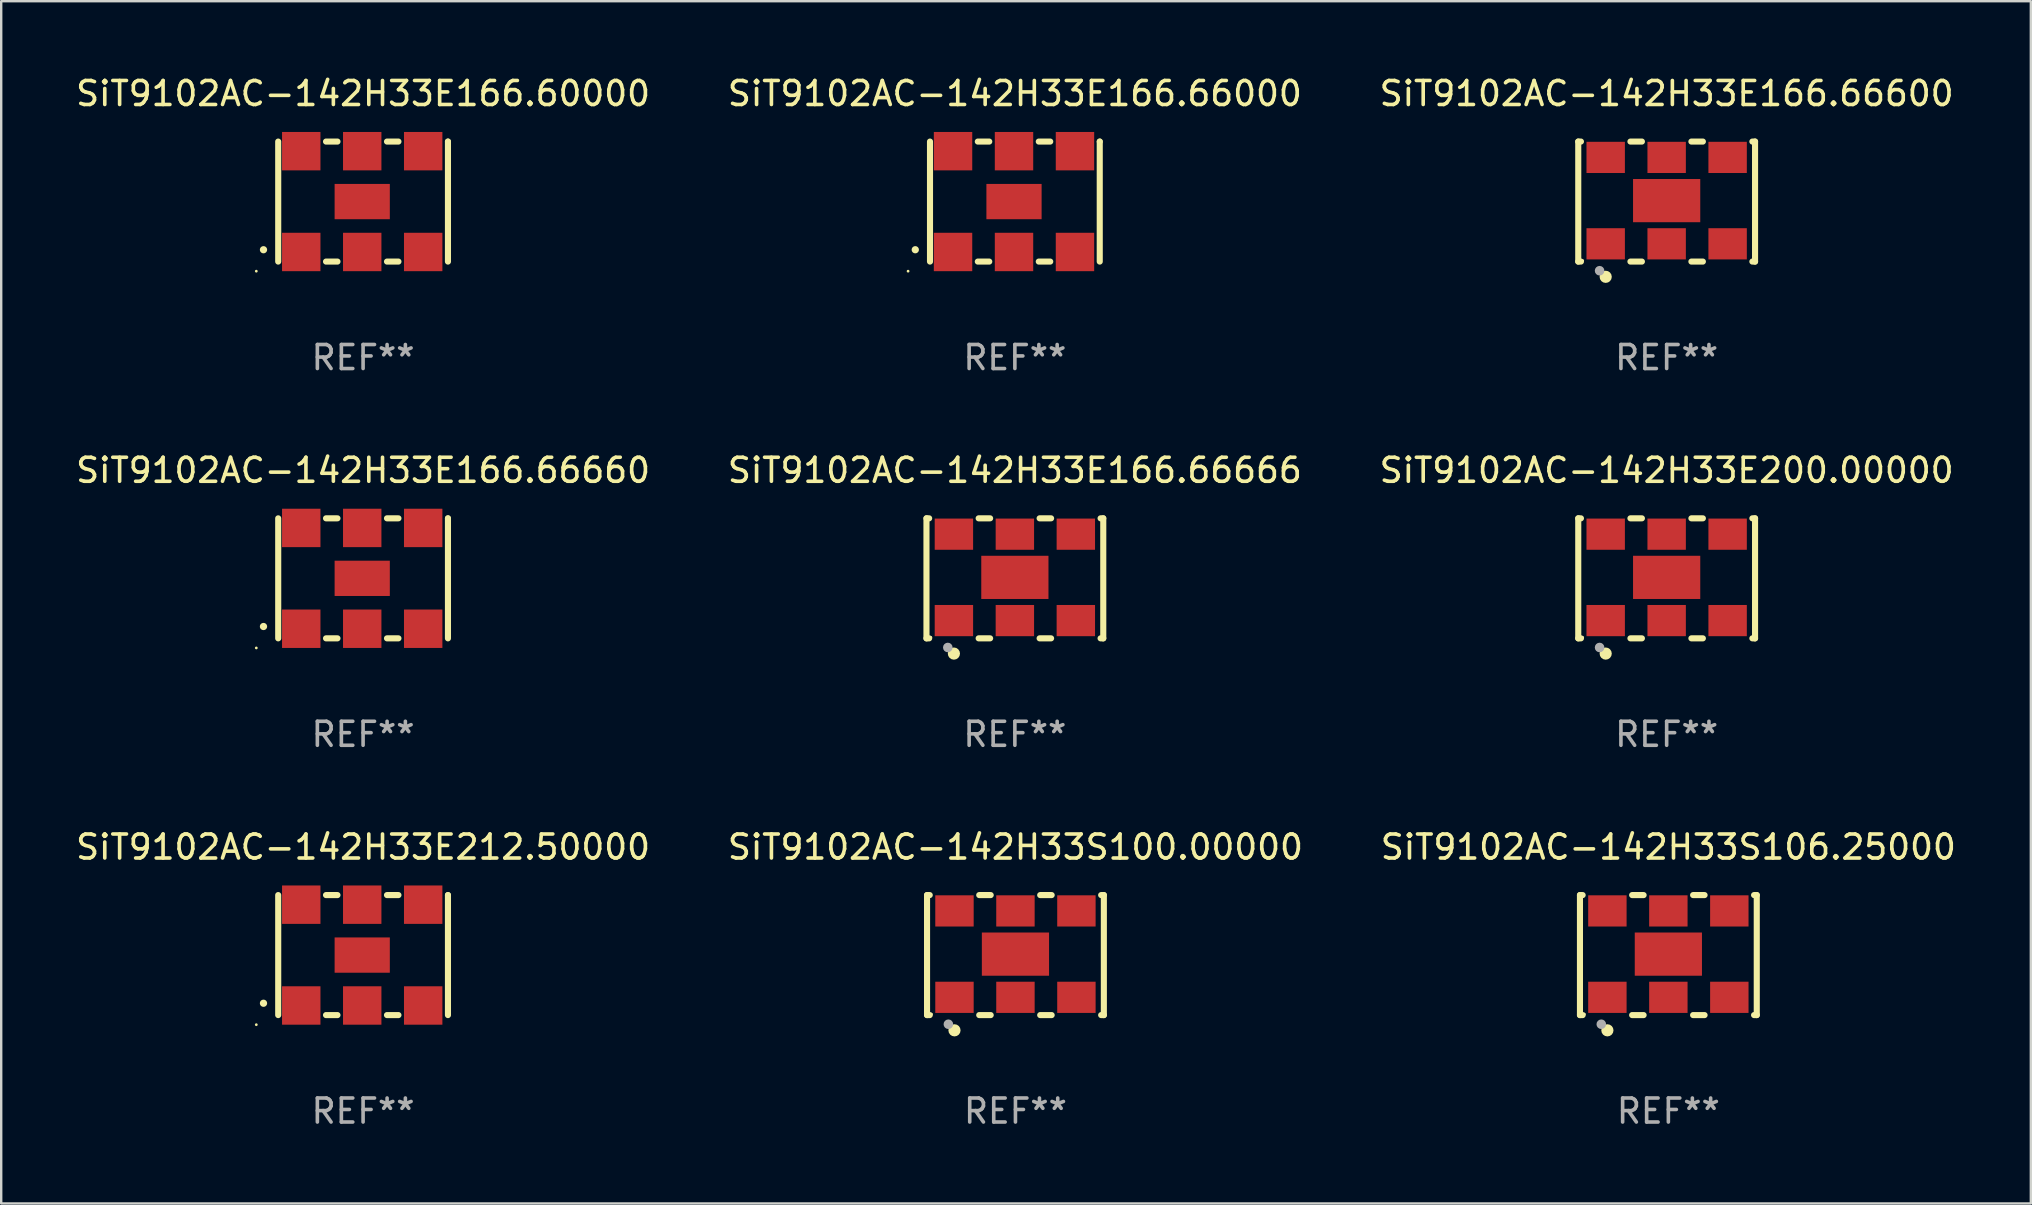
<source format=kicad_pcb>
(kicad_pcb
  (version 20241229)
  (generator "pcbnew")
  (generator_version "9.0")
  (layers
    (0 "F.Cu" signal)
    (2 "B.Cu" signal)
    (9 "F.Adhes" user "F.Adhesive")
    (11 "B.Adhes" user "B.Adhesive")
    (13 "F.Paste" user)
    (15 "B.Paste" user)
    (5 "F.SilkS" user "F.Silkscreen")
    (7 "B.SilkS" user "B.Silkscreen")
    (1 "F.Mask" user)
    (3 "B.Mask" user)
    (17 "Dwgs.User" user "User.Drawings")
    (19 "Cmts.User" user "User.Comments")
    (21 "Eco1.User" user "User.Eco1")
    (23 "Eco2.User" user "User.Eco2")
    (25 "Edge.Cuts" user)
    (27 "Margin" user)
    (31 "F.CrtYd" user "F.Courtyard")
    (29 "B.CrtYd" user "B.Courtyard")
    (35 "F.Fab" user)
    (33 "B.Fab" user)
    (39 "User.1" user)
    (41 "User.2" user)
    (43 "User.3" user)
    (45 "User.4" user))
  (footprint "SiT9102AC-142H33E166.66666"
    (layer "F.Cu")
    (at 39.232 21.045)
    (property "Reference" "SiT9102AC-142H33E166.66666" (at 0 -4.5 0) (layer "F.SilkS") (effects (font (size 1 1) (thickness 0.15))))
    (attr through_hole)
    (fp_line (start -3.683 -2.5) (end -3.571 -2.5) (stroke (width 0.254) (type solid)) (layer "F.SilkS"))
    (fp_line (start -3.683 2.5) (end -3.683 -2.5) (stroke (width 0.254) (type solid)) (layer "F.SilkS"))
    (fp_line (start -3.683 2.5) (end -3.571 2.5) (stroke (width 0.254) (type solid)) (layer "F.SilkS"))
    (fp_line (start -1.509 -2.5) (end -1.031 -2.5) (stroke (width 0.254) (type solid)) (layer "F.SilkS"))
    (fp_line (start -1.509 2.5) (end -1.031 2.5) (stroke (width 0.254) (type solid)) (layer "F.SilkS"))
    (fp_line (start 1.031 -2.5) (end 1.509 -2.5) (stroke (width 0.254) (type solid)) (layer "F.SilkS"))
    (fp_line (start 1.031 2.5) (end 1.509 2.5) (stroke (width 0.254) (type solid)) (layer "F.SilkS"))
    (fp_line (start 3.571 -2.5) (end 3.683 -2.5) (stroke (width 0.254) (type solid)) (layer "F.SilkS"))
    (fp_line (start 3.571 2.5) (end 3.683 2.5) (stroke (width 0.254) (type solid)) (layer "F.SilkS"))
    (fp_line (start 3.683 2.5) (end 3.683 -2.5) (stroke (width 0.254) (type solid)) (layer "F.SilkS"))
    (fp_circle (center -3.5 2.46) (end -3.47 2.46) (stroke (width 0.06) (type solid)) (fill no) (layer "F.SilkS"))
    (fp_circle (center -2.54 3.135) (end -2.413 3.135) (stroke (width 0.254) (type solid)) (fill no) (layer "F.SilkS"))
    (fp_circle (center -2.794 2.881) (end -2.694 2.881) (stroke (width 0.2) (type solid)) (fill no) (layer "F.Fab"))
    (fp_text user "REF**" (at 0 6.5 0) (layer "F.Fab") (effects (font (size 1 1) (thickness 0.15))))
    (pad "1" smd rect (at -2.54 1.76) (size 1.6 1.3) (layers "F.Cu" "F.Mask" "F.Paste"))
    (pad "2" smd rect (at 0 1.76) (size 1.6 1.3) (layers "F.Cu" "F.Mask" "F.Paste"))
    (pad "3" smd rect (at 2.54 1.76) (size 1.6 1.3) (layers "F.Cu" "F.Mask" "F.Paste"))
    (pad "4" smd rect (at 2.54 -1.84) (size 1.6 1.3) (layers "F.Cu" "F.Mask" "F.Paste"))
    (pad "5" smd rect (at 0 -1.84) (size 1.6 1.3) (layers "F.Cu" "F.Mask" "F.Paste"))
    (pad "6" smd rect (at -2.54 -1.84) (size 1.6 1.3) (layers "F.Cu" "F.Mask" "F.Paste"))
    (pad "7" smd rect (at 0 -0.04) (size 2.8 1.8) (layers "F.Cu" "F.Mask" "F.Paste")))
  (footprint "SiT9102AC-142H33E212.50000"
    (layer "F.Cu")
    (at 12.077 36.741)
    (property "Reference" "SiT9102AC-142H33E212.50000" (at 0 -4.5 0) (layer "F.SilkS") (effects (font (size 1 1) (thickness 0.15))))
    (attr through_hole)
    (fp_line (start -3.536 -2.5) (end -3.536 2.5) (stroke (width 0.254) (type solid)) (layer "F.SilkS"))
    (fp_line (start -1.544 2.5) (end -1.067 2.5) (stroke (width 0.254) (type solid)) (layer "F.SilkS"))
    (fp_line (start -1.067 -2.5) (end -1.544 -2.5) (stroke (width 0.254) (type solid)) (layer "F.SilkS"))
    (fp_line (start 0.996 2.5) (end 1.473 2.5) (stroke (width 0.254) (type solid)) (layer "F.SilkS"))
    (fp_line (start 1.473 -2.5) (end 0.996 -2.5) (stroke (width 0.254) (type solid)) (layer "F.SilkS"))
    (fp_line (start 3.536 -2.5) (end 3.536 -2.5) (stroke (width 0.254) (type solid)) (layer "F.SilkS"))
    (fp_line (start 3.536 2.5) (end 3.536 -2.5) (stroke (width 0.254) (type solid)) (layer "F.SilkS"))
    (fp_arc (start -4.150432 2.006604) (mid -4.149162 2.006599) (end -4.147892 2.006604) (stroke (width 0.3) (type solid)) (layer "F.SilkS"))
    (fp_circle (center -4.449 2.9) (end -4.419 2.9) (stroke (width 0.06) (type solid)) (fill no) (layer "F.SilkS"))
    (fp_text user "REF**" (at 0 6.5 0) (layer "F.Fab") (effects (font (size 1 1) (thickness 0.15))))
    (pad "1" smd rect (at -2.576 2.1) (size 1.6 1.6) (layers "F.Cu" "F.Mask" "F.Paste"))
    (pad "2" smd rect (at -0.036 2.1) (size 1.6 1.6) (layers "F.Cu" "F.Mask" "F.Paste"))
    (pad "3" smd rect (at 2.504 2.1) (size 1.6 1.6) (layers "F.Cu" "F.Mask" "F.Paste"))
    (pad "4" smd rect (at 2.504 -2.1) (size 1.6 1.6) (layers "F.Cu" "F.Mask" "F.Paste"))
    (pad "5" smd rect (at -0.036 -2.1) (size 1.6 1.6) (layers "F.Cu" "F.Mask" "F.Paste"))
    (pad "6" smd rect (at -2.576 -2.1) (size 1.6 1.6) (layers "F.Cu" "F.Mask" "F.Paste"))
    (pad "7" smd rect (at -0.036 0) (size 2.3 1.47) (layers "F.Cu" "F.Mask" "F.Paste")))
  (footprint "SiT9102AC-142H33S106.25000"
    (layer "F.Cu")
    (at 66.458 36.741)
    (property "Reference" "SiT9102AC-142H33S106.25000" (at 0 -4.5 0) (layer "F.SilkS") (effects (font (size 1 1) (thickness 0.15))))
    (attr through_hole)
    (fp_line (start -3.683 -2.5) (end -3.571 -2.5) (stroke (width 0.254) (type solid)) (layer "F.SilkS"))
    (fp_line (start -3.683 2.5) (end -3.683 -2.5) (stroke (width 0.254) (type solid)) (layer "F.SilkS"))
    (fp_line (start -3.683 2.5) (end -3.571 2.5) (stroke (width 0.254) (type solid)) (layer "F.SilkS"))
    (fp_line (start -1.509 -2.5) (end -1.031 -2.5) (stroke (width 0.254) (type solid)) (layer "F.SilkS"))
    (fp_line (start -1.509 2.5) (end -1.031 2.5) (stroke (width 0.254) (type solid)) (layer "F.SilkS"))
    (fp_line (start 1.031 -2.5) (end 1.509 -2.5) (stroke (width 0.254) (type solid)) (layer "F.SilkS"))
    (fp_line (start 1.031 2.5) (end 1.509 2.5) (stroke (width 0.254) (type solid)) (layer "F.SilkS"))
    (fp_line (start 3.571 -2.5) (end 3.683 -2.5) (stroke (width 0.254) (type solid)) (layer "F.SilkS"))
    (fp_line (start 3.571 2.5) (end 3.683 2.5) (stroke (width 0.254) (type solid)) (layer "F.SilkS"))
    (fp_line (start 3.683 2.5) (end 3.683 -2.5) (stroke (width 0.254) (type solid)) (layer "F.SilkS"))
    (fp_circle (center -3.5 2.46) (end -3.47 2.46) (stroke (width 0.06) (type solid)) (fill no) (layer "F.SilkS"))
    (fp_circle (center -2.54 3.135) (end -2.413 3.135) (stroke (width 0.254) (type solid)) (fill no) (layer "F.SilkS"))
    (fp_circle (center -2.794 2.881) (end -2.694 2.881) (stroke (width 0.2) (type solid)) (fill no) (layer "F.Fab"))
    (fp_text user "REF**" (at 0 6.5 0) (layer "F.Fab") (effects (font (size 1 1) (thickness 0.15))))
    (pad "1" smd rect (at -2.54 1.76) (size 1.6 1.3) (layers "F.Cu" "F.Mask" "F.Paste"))
    (pad "2" smd rect (at 0 1.76) (size 1.6 1.3) (layers "F.Cu" "F.Mask" "F.Paste"))
    (pad "3" smd rect (at 2.54 1.76) (size 1.6 1.3) (layers "F.Cu" "F.Mask" "F.Paste"))
    (pad "4" smd rect (at 2.54 -1.84) (size 1.6 1.3) (layers "F.Cu" "F.Mask" "F.Paste"))
    (pad "5" smd rect (at 0 -1.84) (size 1.6 1.3) (layers "F.Cu" "F.Mask" "F.Paste"))
    (pad "6" smd rect (at -2.54 -1.84) (size 1.6 1.3) (layers "F.Cu" "F.Mask" "F.Paste"))
    (pad "7" smd rect (at 0 -0.04) (size 2.8 1.8) (layers "F.Cu" "F.Mask" "F.Paste")))
  (footprint "SiT9102AC-142H33E166.66660"
    (layer "F.Cu")
    (at 12.077 21.045)
    (property "Reference" "SiT9102AC-142H33E166.66660" (at 0 -4.5 0) (layer "F.SilkS") (effects (font (size 1 1) (thickness 0.15))))
    (attr through_hole)
    (fp_line (start -3.536 -2.5) (end -3.536 2.5) (stroke (width 0.254) (type solid)) (layer "F.SilkS"))
    (fp_line (start -1.544 2.5) (end -1.067 2.5) (stroke (width 0.254) (type solid)) (layer "F.SilkS"))
    (fp_line (start -1.067 -2.5) (end -1.544 -2.5) (stroke (width 0.254) (type solid)) (layer "F.SilkS"))
    (fp_line (start 0.996 2.5) (end 1.473 2.5) (stroke (width 0.254) (type solid)) (layer "F.SilkS"))
    (fp_line (start 1.473 -2.5) (end 0.996 -2.5) (stroke (width 0.254) (type solid)) (layer "F.SilkS"))
    (fp_line (start 3.536 -2.5) (end 3.536 -2.5) (stroke (width 0.254) (type solid)) (layer "F.SilkS"))
    (fp_line (start 3.536 2.5) (end 3.536 -2.5) (stroke (width 0.254) (type solid)) (layer "F.SilkS"))
    (fp_arc (start -4.150432 2.006604) (mid -4.149162 2.006599) (end -4.147892 2.006604) (stroke (width 0.3) (type solid)) (layer "F.SilkS"))
    (fp_circle (center -4.449 2.9) (end -4.419 2.9) (stroke (width 0.06) (type solid)) (fill no) (layer "F.SilkS"))
    (fp_text user "REF**" (at 0 6.5 0) (layer "F.Fab") (effects (font (size 1 1) (thickness 0.15))))
    (pad "1" smd rect (at -2.576 2.1) (size 1.6 1.6) (layers "F.Cu" "F.Mask" "F.Paste"))
    (pad "2" smd rect (at -0.036 2.1) (size 1.6 1.6) (layers "F.Cu" "F.Mask" "F.Paste"))
    (pad "3" smd rect (at 2.504 2.1) (size 1.6 1.6) (layers "F.Cu" "F.Mask" "F.Paste"))
    (pad "4" smd rect (at 2.504 -2.1) (size 1.6 1.6) (layers "F.Cu" "F.Mask" "F.Paste"))
    (pad "5" smd rect (at -0.036 -2.1) (size 1.6 1.6) (layers "F.Cu" "F.Mask" "F.Paste"))
    (pad "6" smd rect (at -2.576 -2.1) (size 1.6 1.6) (layers "F.Cu" "F.Mask" "F.Paste"))
    (pad "7" smd rect (at -0.036 0) (size 2.3 1.47) (layers "F.Cu" "F.Mask" "F.Paste")))
  (footprint "SiT9102AC-142H33E166.60000"
    (layer "F.Cu")
    (at 12.077 5.348)
    (property "Reference" "SiT9102AC-142H33E166.60000" (at 0 -4.5 0) (layer "F.SilkS") (effects (font (size 1 1) (thickness 0.15))))
    (attr through_hole)
    (fp_line (start -3.536 -2.5) (end -3.536 2.5) (stroke (width 0.254) (type solid)) (layer "F.SilkS"))
    (fp_line (start -1.544 2.5) (end -1.067 2.5) (stroke (width 0.254) (type solid)) (layer "F.SilkS"))
    (fp_line (start -1.067 -2.5) (end -1.544 -2.5) (stroke (width 0.254) (type solid)) (layer "F.SilkS"))
    (fp_line (start 0.996 2.5) (end 1.473 2.5) (stroke (width 0.254) (type solid)) (layer "F.SilkS"))
    (fp_line (start 1.473 -2.5) (end 0.996 -2.5) (stroke (width 0.254) (type solid)) (layer "F.SilkS"))
    (fp_line (start 3.536 -2.5) (end 3.536 -2.5) (stroke (width 0.254) (type solid)) (layer "F.SilkS"))
    (fp_line (start 3.536 2.5) (end 3.536 -2.5) (stroke (width 0.254) (type solid)) (layer "F.SilkS"))
    (fp_arc (start -4.150432 2.006604) (mid -4.149162 2.006599) (end -4.147892 2.006604) (stroke (width 0.3) (type solid)) (layer "F.SilkS"))
    (fp_circle (center -4.449 2.9) (end -4.419 2.9) (stroke (width 0.06) (type solid)) (fill no) (layer "F.SilkS"))
    (fp_text user "REF**" (at 0 6.5 0) (layer "F.Fab") (effects (font (size 1 1) (thickness 0.15))))
    (pad "1" smd rect (at -2.576 2.1) (size 1.6 1.6) (layers "F.Cu" "F.Mask" "F.Paste"))
    (pad "2" smd rect (at -0.036 2.1) (size 1.6 1.6) (layers "F.Cu" "F.Mask" "F.Paste"))
    (pad "3" smd rect (at 2.504 2.1) (size 1.6 1.6) (layers "F.Cu" "F.Mask" "F.Paste"))
    (pad "4" smd rect (at 2.504 -2.1) (size 1.6 1.6) (layers "F.Cu" "F.Mask" "F.Paste"))
    (pad "5" smd rect (at -0.036 -2.1) (size 1.6 1.6) (layers "F.Cu" "F.Mask" "F.Paste"))
    (pad "6" smd rect (at -2.576 -2.1) (size 1.6 1.6) (layers "F.Cu" "F.Mask" "F.Paste"))
    (pad "7" smd rect (at -0.036 0) (size 2.3 1.47) (layers "F.Cu" "F.Mask" "F.Paste")))
  (footprint "SiT9102AC-142H33S100.00000"
    (layer "F.Cu")
    (at 39.256 36.741)
    (property "Reference" "SiT9102AC-142H33S100.00000" (at 0 -4.5 0) (layer "F.SilkS") (effects (font (size 1 1) (thickness 0.15))))
    (attr through_hole)
    (fp_line (start -3.683 -2.5) (end -3.571 -2.5) (stroke (width 0.254) (type solid)) (layer "F.SilkS"))
    (fp_line (start -3.683 2.5) (end -3.683 -2.5) (stroke (width 0.254) (type solid)) (layer "F.SilkS"))
    (fp_line (start -3.683 2.5) (end -3.571 2.5) (stroke (width 0.254) (type solid)) (layer "F.SilkS"))
    (fp_line (start -1.509 -2.5) (end -1.031 -2.5) (stroke (width 0.254) (type solid)) (layer "F.SilkS"))
    (fp_line (start -1.509 2.5) (end -1.031 2.5) (stroke (width 0.254) (type solid)) (layer "F.SilkS"))
    (fp_line (start 1.031 -2.5) (end 1.509 -2.5) (stroke (width 0.254) (type solid)) (layer "F.SilkS"))
    (fp_line (start 1.031 2.5) (end 1.509 2.5) (stroke (width 0.254) (type solid)) (layer "F.SilkS"))
    (fp_line (start 3.571 -2.5) (end 3.683 -2.5) (stroke (width 0.254) (type solid)) (layer "F.SilkS"))
    (fp_line (start 3.571 2.5) (end 3.683 2.5) (stroke (width 0.254) (type solid)) (layer "F.SilkS"))
    (fp_line (start 3.683 2.5) (end 3.683 -2.5) (stroke (width 0.254) (type solid)) (layer "F.SilkS"))
    (fp_circle (center -3.5 2.46) (end -3.47 2.46) (stroke (width 0.06) (type solid)) (fill no) (layer "F.SilkS"))
    (fp_circle (center -2.54 3.135) (end -2.413 3.135) (stroke (width 0.254) (type solid)) (fill no) (layer "F.SilkS"))
    (fp_circle (center -2.794 2.881) (end -2.694 2.881) (stroke (width 0.2) (type solid)) (fill no) (layer "F.Fab"))
    (fp_text user "REF**" (at 0 6.5 0) (layer "F.Fab") (effects (font (size 1 1) (thickness 0.15))))
    (pad "1" smd rect (at -2.54 1.76) (size 1.6 1.3) (layers "F.Cu" "F.Mask" "F.Paste"))
    (pad "2" smd rect (at 0 1.76) (size 1.6 1.3) (layers "F.Cu" "F.Mask" "F.Paste"))
    (pad "3" smd rect (at 2.54 1.76) (size 1.6 1.3) (layers "F.Cu" "F.Mask" "F.Paste"))
    (pad "4" smd rect (at 2.54 -1.84) (size 1.6 1.3) (layers "F.Cu" "F.Mask" "F.Paste"))
    (pad "5" smd rect (at 0 -1.84) (size 1.6 1.3) (layers "F.Cu" "F.Mask" "F.Paste"))
    (pad "6" smd rect (at -2.54 -1.84) (size 1.6 1.3) (layers "F.Cu" "F.Mask" "F.Paste"))
    (pad "7" smd rect (at 0 -0.04) (size 2.8 1.8) (layers "F.Cu" "F.Mask" "F.Paste")))
  (footprint "SiT9102AC-142H33E166.66600"
    (layer "F.Cu")
    (at 66.387 5.348)
    (property "Reference" "SiT9102AC-142H33E166.66600" (at 0 -4.5 0) (layer "F.SilkS") (effects (font (size 1 1) (thickness 0.15))))
    (attr through_hole)
    (fp_line (start -3.683 -2.5) (end -3.571 -2.5) (stroke (width 0.254) (type solid)) (layer "F.SilkS"))
    (fp_line (start -3.683 2.5) (end -3.683 -2.5) (stroke (width 0.254) (type solid)) (layer "F.SilkS"))
    (fp_line (start -3.683 2.5) (end -3.571 2.5) (stroke (width 0.254) (type solid)) (layer "F.SilkS"))
    (fp_line (start -1.509 -2.5) (end -1.031 -2.5) (stroke (width 0.254) (type solid)) (layer "F.SilkS"))
    (fp_line (start -1.509 2.5) (end -1.031 2.5) (stroke (width 0.254) (type solid)) (layer "F.SilkS"))
    (fp_line (start 1.031 -2.5) (end 1.509 -2.5) (stroke (width 0.254) (type solid)) (layer "F.SilkS"))
    (fp_line (start 1.031 2.5) (end 1.509 2.5) (stroke (width 0.254) (type solid)) (layer "F.SilkS"))
    (fp_line (start 3.571 -2.5) (end 3.683 -2.5) (stroke (width 0.254) (type solid)) (layer "F.SilkS"))
    (fp_line (start 3.571 2.5) (end 3.683 2.5) (stroke (width 0.254) (type solid)) (layer "F.SilkS"))
    (fp_line (start 3.683 2.5) (end 3.683 -2.5) (stroke (width 0.254) (type solid)) (layer "F.SilkS"))
    (fp_circle (center -3.5 2.46) (end -3.47 2.46) (stroke (width 0.06) (type solid)) (fill no) (layer "F.SilkS"))
    (fp_circle (center -2.54 3.135) (end -2.413 3.135) (stroke (width 0.254) (type solid)) (fill no) (layer "F.SilkS"))
    (fp_circle (center -2.794 2.881) (end -2.694 2.881) (stroke (width 0.2) (type solid)) (fill no) (layer "F.Fab"))
    (fp_text user "REF**" (at 0 6.5 0) (layer "F.Fab") (effects (font (size 1 1) (thickness 0.15))))
    (pad "1" smd rect (at -2.54 1.76) (size 1.6 1.3) (layers "F.Cu" "F.Mask" "F.Paste"))
    (pad "2" smd rect (at 0 1.76) (size 1.6 1.3) (layers "F.Cu" "F.Mask" "F.Paste"))
    (pad "3" smd rect (at 2.54 1.76) (size 1.6 1.3) (layers "F.Cu" "F.Mask" "F.Paste"))
    (pad "4" smd rect (at 2.54 -1.84) (size 1.6 1.3) (layers "F.Cu" "F.Mask" "F.Paste"))
    (pad "5" smd rect (at 0 -1.84) (size 1.6 1.3) (layers "F.Cu" "F.Mask" "F.Paste"))
    (pad "6" smd rect (at -2.54 -1.84) (size 1.6 1.3) (layers "F.Cu" "F.Mask" "F.Paste"))
    (pad "7" smd rect (at 0 -0.04) (size 2.8 1.8) (layers "F.Cu" "F.Mask" "F.Paste")))
  (footprint "SiT9102AC-142H33E200.00000"
    (layer "F.Cu")
    (at 66.387 21.045)
    (property "Reference" "SiT9102AC-142H33E200.00000" (at 0 -4.5 0) (layer "F.SilkS") (effects (font (size 1 1) (thickness 0.15))))
    (attr through_hole)
    (fp_line (start -3.683 -2.5) (end -3.571 -2.5) (stroke (width 0.254) (type solid)) (layer "F.SilkS"))
    (fp_line (start -3.683 2.5) (end -3.683 -2.5) (stroke (width 0.254) (type solid)) (layer "F.SilkS"))
    (fp_line (start -3.683 2.5) (end -3.571 2.5) (stroke (width 0.254) (type solid)) (layer "F.SilkS"))
    (fp_line (start -1.509 -2.5) (end -1.031 -2.5) (stroke (width 0.254) (type solid)) (layer "F.SilkS"))
    (fp_line (start -1.509 2.5) (end -1.031 2.5) (stroke (width 0.254) (type solid)) (layer "F.SilkS"))
    (fp_line (start 1.031 -2.5) (end 1.509 -2.5) (stroke (width 0.254) (type solid)) (layer "F.SilkS"))
    (fp_line (start 1.031 2.5) (end 1.509 2.5) (stroke (width 0.254) (type solid)) (layer "F.SilkS"))
    (fp_line (start 3.571 -2.5) (end 3.683 -2.5) (stroke (width 0.254) (type solid)) (layer "F.SilkS"))
    (fp_line (start 3.571 2.5) (end 3.683 2.5) (stroke (width 0.254) (type solid)) (layer "F.SilkS"))
    (fp_line (start 3.683 2.5) (end 3.683 -2.5) (stroke (width 0.254) (type solid)) (layer "F.SilkS"))
    (fp_circle (center -3.5 2.46) (end -3.47 2.46) (stroke (width 0.06) (type solid)) (fill no) (layer "F.SilkS"))
    (fp_circle (center -2.54 3.135) (end -2.413 3.135) (stroke (width 0.254) (type solid)) (fill no) (layer "F.SilkS"))
    (fp_circle (center -2.794 2.881) (end -2.694 2.881) (stroke (width 0.2) (type solid)) (fill no) (layer "F.Fab"))
    (fp_text user "REF**" (at 0 6.5 0) (layer "F.Fab") (effects (font (size 1 1) (thickness 0.15))))
    (pad "1" smd rect (at -2.54 1.76) (size 1.6 1.3) (layers "F.Cu" "F.Mask" "F.Paste"))
    (pad "2" smd rect (at 0 1.76) (size 1.6 1.3) (layers "F.Cu" "F.Mask" "F.Paste"))
    (pad "3" smd rect (at 2.54 1.76) (size 1.6 1.3) (layers "F.Cu" "F.Mask" "F.Paste"))
    (pad "4" smd rect (at 2.54 -1.84) (size 1.6 1.3) (layers "F.Cu" "F.Mask" "F.Paste"))
    (pad "5" smd rect (at 0 -1.84) (size 1.6 1.3) (layers "F.Cu" "F.Mask" "F.Paste"))
    (pad "6" smd rect (at -2.54 -1.84) (size 1.6 1.3) (layers "F.Cu" "F.Mask" "F.Paste"))
    (pad "7" smd rect (at 0 -0.04) (size 2.8 1.8) (layers "F.Cu" "F.Mask" "F.Paste")))
  (footprint "SiT9102AC-142H33E166.66000"
    (layer "F.Cu")
    (at 39.232 5.348)
    (property "Reference" "SiT9102AC-142H33E166.66000" (at 0 -4.5 0) (layer "F.SilkS") (effects (font (size 1 1) (thickness 0.15))))
    (attr through_hole)
    (fp_line (start -3.536 -2.5) (end -3.536 2.5) (stroke (width 0.254) (type solid)) (layer "F.SilkS"))
    (fp_line (start -1.544 2.5) (end -1.067 2.5) (stroke (width 0.254) (type solid)) (layer "F.SilkS"))
    (fp_line (start -1.067 -2.5) (end -1.544 -2.5) (stroke (width 0.254) (type solid)) (layer "F.SilkS"))
    (fp_line (start 0.996 2.5) (end 1.473 2.5) (stroke (width 0.254) (type solid)) (layer "F.SilkS"))
    (fp_line (start 1.473 -2.5) (end 0.996 -2.5) (stroke (width 0.254) (type solid)) (layer "F.SilkS"))
    (fp_line (start 3.536 -2.5) (end 3.536 -2.5) (stroke (width 0.254) (type solid)) (layer "F.SilkS"))
    (fp_line (start 3.536 2.5) (end 3.536 -2.5) (stroke (width 0.254) (type solid)) (layer "F.SilkS"))
    (fp_arc (start -4.150432 2.006604) (mid -4.149162 2.006599) (end -4.147892 2.006604) (stroke (width 0.3) (type solid)) (layer "F.SilkS"))
    (fp_circle (center -4.449 2.9) (end -4.419 2.9) (stroke (width 0.06) (type solid)) (fill no) (layer "F.SilkS"))
    (fp_text user "REF**" (at 0 6.5 0) (layer "F.Fab") (effects (font (size 1 1) (thickness 0.15))))
    (pad "1" smd rect (at -2.576 2.1) (size 1.6 1.6) (layers "F.Cu" "F.Mask" "F.Paste"))
    (pad "2" smd rect (at -0.036 2.1) (size 1.6 1.6) (layers "F.Cu" "F.Mask" "F.Paste"))
    (pad "3" smd rect (at 2.504 2.1) (size 1.6 1.6) (layers "F.Cu" "F.Mask" "F.Paste"))
    (pad "4" smd rect (at 2.504 -2.1) (size 1.6 1.6) (layers "F.Cu" "F.Mask" "F.Paste"))
    (pad "5" smd rect (at -0.036 -2.1) (size 1.6 1.6) (layers "F.Cu" "F.Mask" "F.Paste"))
    (pad "6" smd rect (at -2.576 -2.1) (size 1.6 1.6) (layers "F.Cu" "F.Mask" "F.Paste"))
    (pad "7" smd rect (at -0.036 0) (size 2.3 1.47) (layers "F.Cu" "F.Mask" "F.Paste")))
  (gr_rect
    (start -3 -3)
    (end 81.56 47.09)
    (stroke (width 0.1) (type default))
    (fill no)
    (layer "Edge.Cuts")))
</source>
